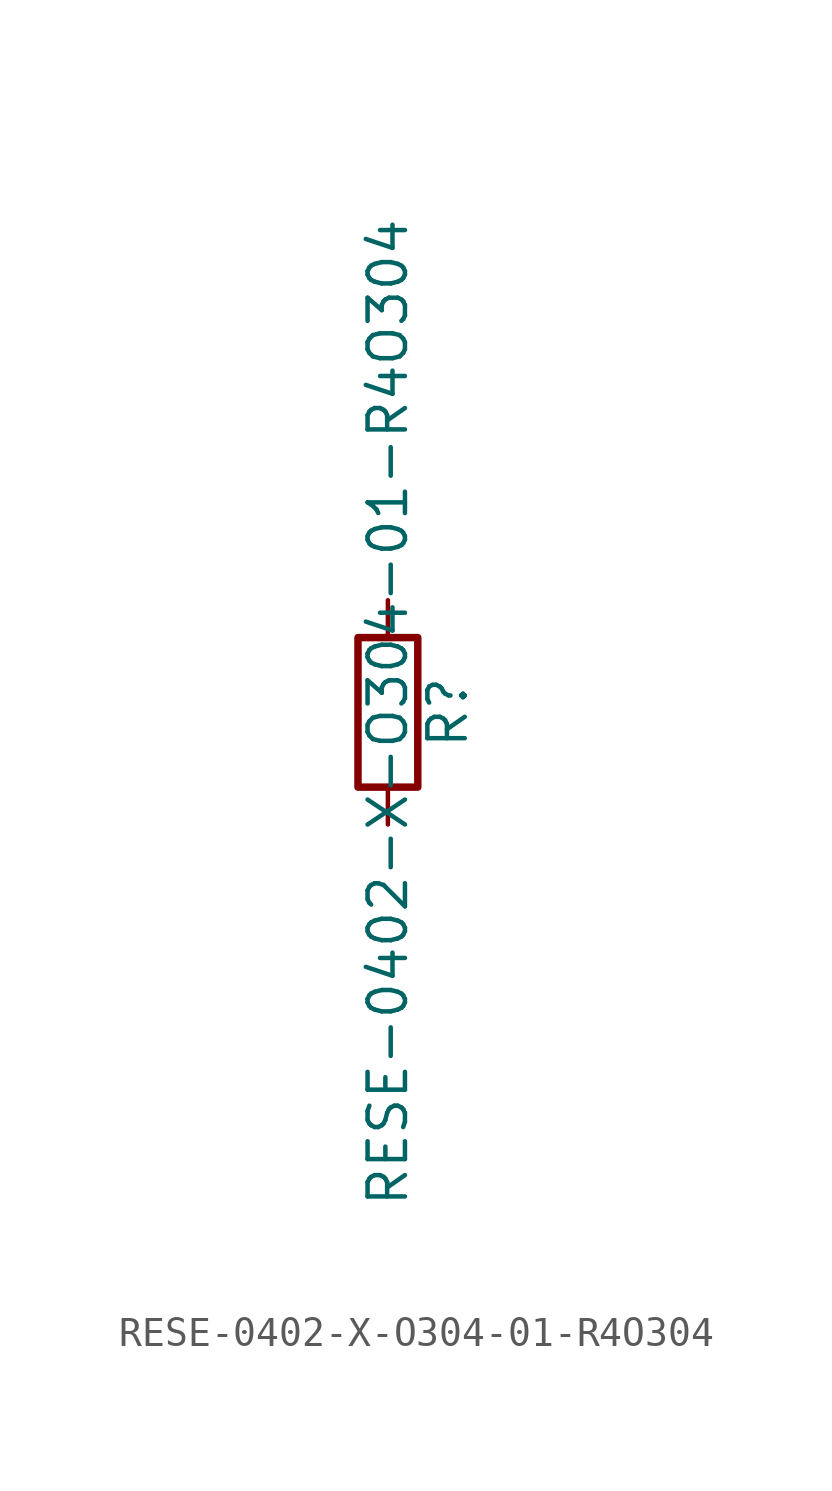
<source format=kicad_sym>
(kicad_symbol_lib
  (version 20211014)
  (generator kicad_symbol_editor)
  (symbol "RESE-0402-X-O304-01-R4O304"
    (pin_numbers hide)
    (pin_names
      (offset 0))
    (property "Reference" "R"
      (at 2.032 0 90)
      (effects (font (size 1.27 1.27))))
    (property "Value" "RESE-0402-X-O304-01-R4O304"
      (at 0 0 90)
      (effects (font (size 1.27 1.27))))
    (symbol "RESE-0402-X-O304-01-R4O304_0_1"
      (rectangle (start -1.016 -2.54) (end 1.016 2.54) (stroke (width 0.254) (type default) (color 0 0 0 0)) (fill (type none))))
    (symbol "RESE-0402-X-O304-01-R4O304_1_1"
      (pin passive line (at 0 3.81 270) (length 1.27) (name "~" (effects (font (size 1.27 1.27)))) (number "1" (effects (font (size 1.27 1.27)))))
      (pin passive line (at 0 -3.81 90) (length 1.27) (name "~" (effects (font (size 1.27 1.27)))) (number "2" (effects (font (size 1.27 1.27))))))))
</source>
